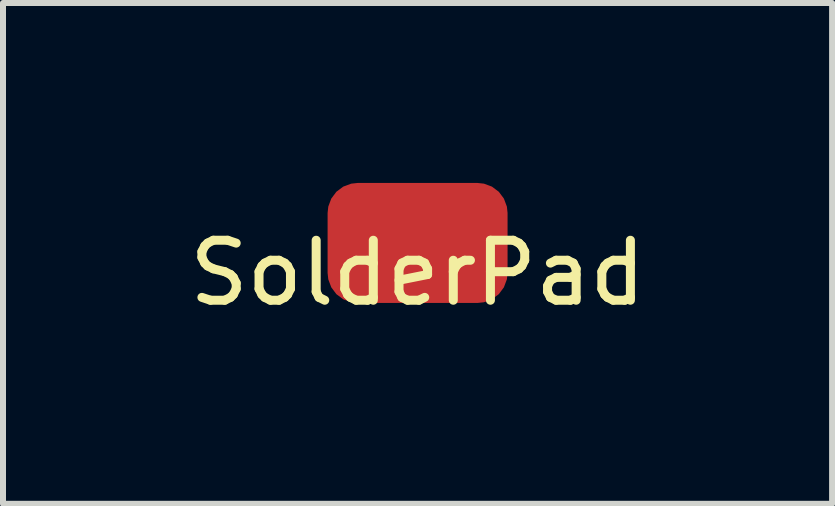
<source format=kicad_pcb>
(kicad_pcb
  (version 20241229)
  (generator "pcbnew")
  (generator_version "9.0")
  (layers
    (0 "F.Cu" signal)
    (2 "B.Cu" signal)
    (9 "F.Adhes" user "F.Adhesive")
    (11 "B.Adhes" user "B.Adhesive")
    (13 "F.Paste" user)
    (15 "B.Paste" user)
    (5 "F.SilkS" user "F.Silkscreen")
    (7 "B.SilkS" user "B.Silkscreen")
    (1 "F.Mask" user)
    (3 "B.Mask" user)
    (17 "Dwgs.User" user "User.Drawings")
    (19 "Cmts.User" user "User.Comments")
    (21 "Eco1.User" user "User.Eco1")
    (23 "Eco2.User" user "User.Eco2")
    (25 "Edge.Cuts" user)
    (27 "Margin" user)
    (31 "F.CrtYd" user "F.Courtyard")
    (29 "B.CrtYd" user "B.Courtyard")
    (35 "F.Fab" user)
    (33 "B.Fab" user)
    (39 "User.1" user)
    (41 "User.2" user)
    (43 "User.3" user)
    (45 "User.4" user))
  (footprint "SolderPad"
    (layer "F.Cu")
    (at 3.911 1)
    (property "Reference" "SolderPad" (at 0 0.5 0) (layer "F.SilkS") (effects (font (size 1 1) (thickness 0.15))))
    (attr through_hole)
    (pad "1" smd roundrect (at 0 0) (size 3 2) (layers "F.Cu" "F.Mask" "F.Paste") (roundrect_rratio 0.25)))
  (gr_rect
    (start -3 -3)
    (end 10.821 5.348)
    (stroke (width 0.1) (type default))
    (fill no)
    (layer "Edge.Cuts")))
</source>
